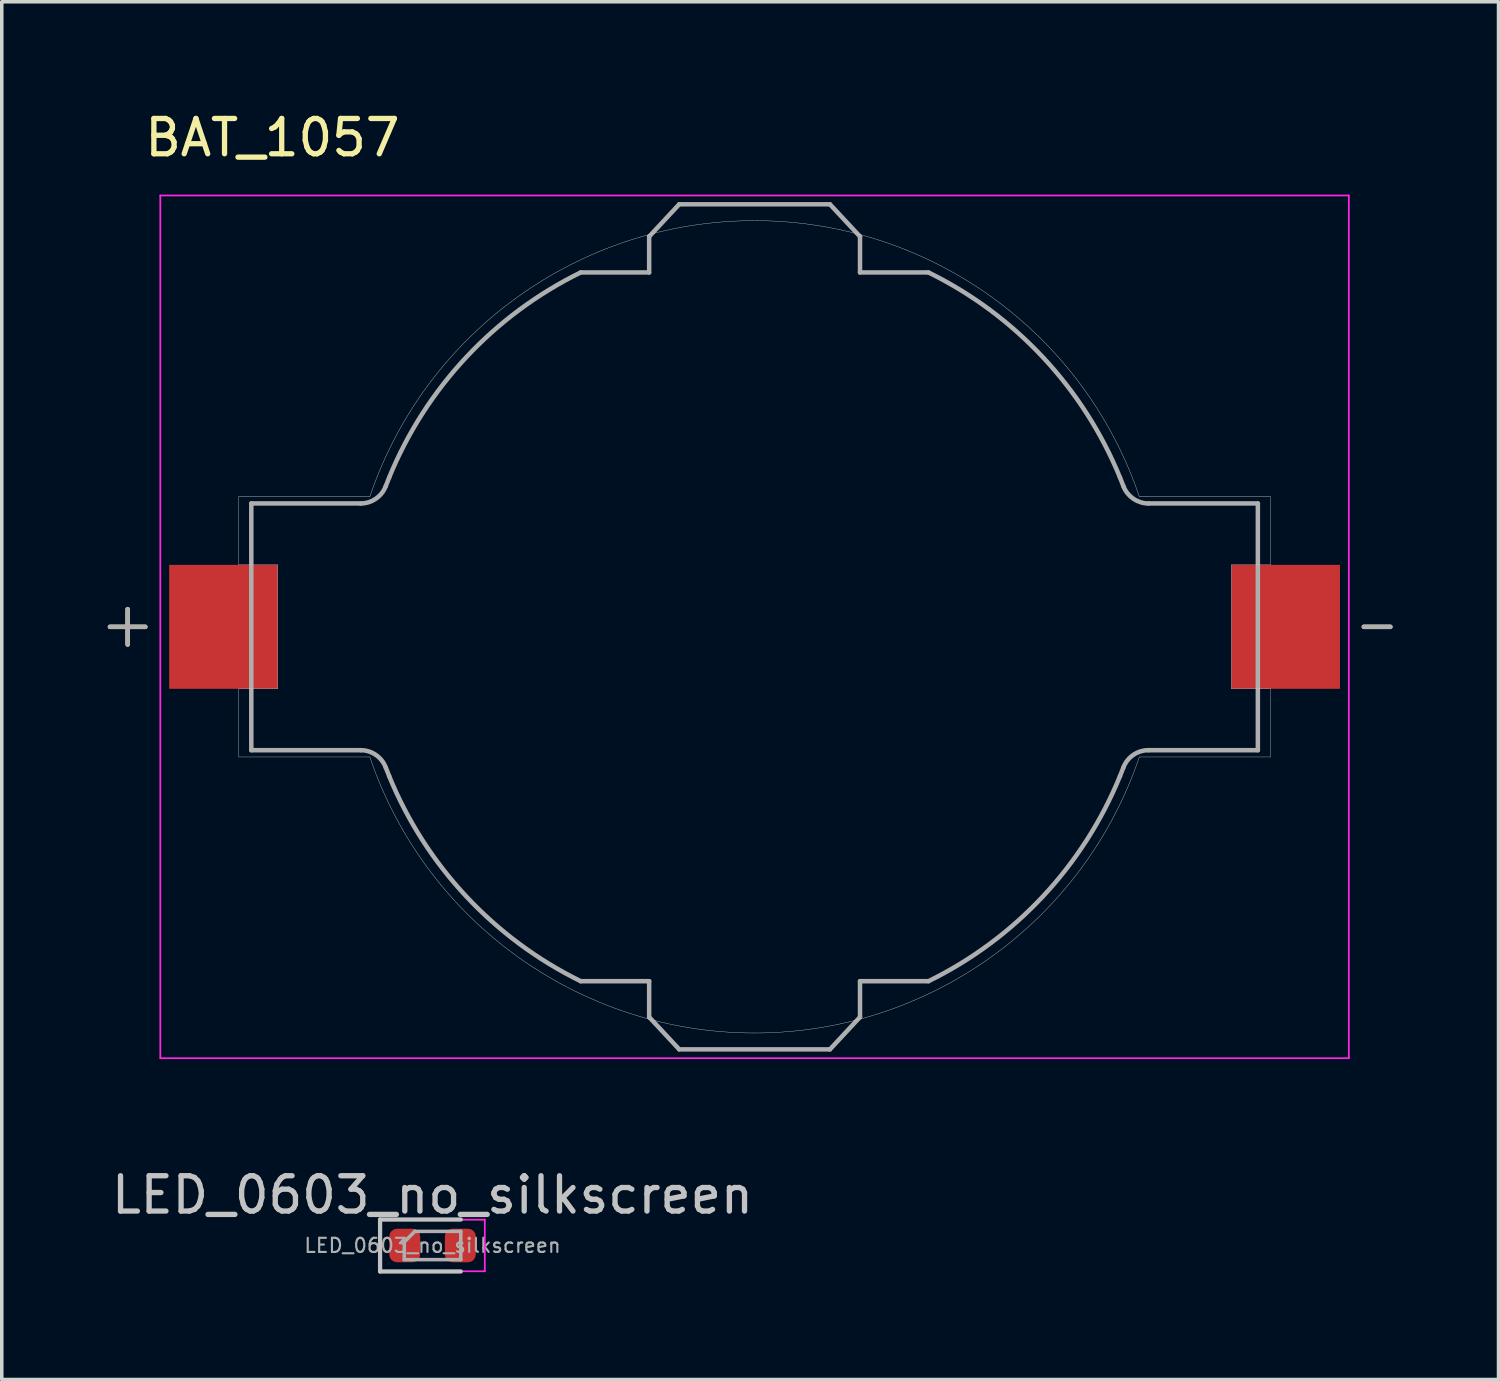
<source format=kicad_pcb>
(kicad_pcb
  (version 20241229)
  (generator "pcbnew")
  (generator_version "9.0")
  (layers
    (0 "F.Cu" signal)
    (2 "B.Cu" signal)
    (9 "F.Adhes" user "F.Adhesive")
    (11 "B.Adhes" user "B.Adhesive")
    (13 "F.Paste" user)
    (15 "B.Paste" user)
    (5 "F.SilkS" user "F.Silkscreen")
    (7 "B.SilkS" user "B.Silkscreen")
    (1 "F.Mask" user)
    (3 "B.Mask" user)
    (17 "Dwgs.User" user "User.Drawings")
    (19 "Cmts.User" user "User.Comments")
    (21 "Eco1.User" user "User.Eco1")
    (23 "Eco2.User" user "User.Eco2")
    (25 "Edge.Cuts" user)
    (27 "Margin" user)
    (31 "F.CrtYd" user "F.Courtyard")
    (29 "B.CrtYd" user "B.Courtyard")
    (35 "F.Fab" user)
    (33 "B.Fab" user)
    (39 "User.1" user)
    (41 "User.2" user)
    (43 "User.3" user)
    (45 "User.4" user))
  (footprint "LED_0603_no_silkscreen"
    (layer "F.Cu")
    (at 9.196 32.213)
    (property "Reference" "LED_0603_no_silkscreen" (at 0 -1.43 0) (layer "Dwgs.User") (effects (font (size 1 1) (thickness 0.15))))
    (attr smd)
    (fp_line (start -1.485 -0.735) (end -1.485 0.735) (stroke (width 0.12) (type solid)) (layer "Dwgs.User"))
    (fp_line (start -1.485 0.735) (end 0.8 0.735) (stroke (width 0.12) (type solid)) (layer "Dwgs.User"))
    (fp_line (start 0.8 -0.735) (end -1.485 -0.735) (stroke (width 0.12) (type solid)) (layer "Dwgs.User"))
    (fp_line (start -1.48 -0.73) (end 1.48 -0.73) (stroke (width 0.05) (type solid)) (layer "F.CrtYd"))
    (fp_line (start -1.48 0.73) (end -1.48 -0.73) (stroke (width 0.05) (type solid)) (layer "F.CrtYd"))
    (fp_line (start 1.48 -0.73) (end 1.48 0.73) (stroke (width 0.05) (type solid)) (layer "F.CrtYd"))
    (fp_line (start 1.48 0.73) (end -1.48 0.73) (stroke (width 0.05) (type solid)) (layer "F.CrtYd"))
    (fp_line (start -0.8 -0.1) (end -0.8 0.4) (stroke (width 0.1) (type solid)) (layer "F.Fab"))
    (fp_line (start -0.8 0.4) (end 0.8 0.4) (stroke (width 0.1) (type solid)) (layer "F.Fab"))
    (fp_line (start -0.5 -0.4) (end -0.8 -0.1) (stroke (width 0.1) (type solid)) (layer "F.Fab"))
    (fp_line (start 0.8 -0.4) (end -0.5 -0.4) (stroke (width 0.1) (type solid)) (layer "F.Fab"))
    (fp_line (start 0.8 0.4) (end 0.8 -0.4) (stroke (width 0.1) (type solid)) (layer "F.Fab"))
    (fp_text user "${REFERENCE}" (at 0 0 0) (layer "F.Fab") (effects (font (size 0.4 0.4) (thickness 0.06))))
    (pad "1" smd roundrect (at -0.787 0) (size 0.875 0.95) (layers "F.Cu" "F.Mask" "F.Paste") (roundrect_rratio 0.25))
    (pad "2" smd roundrect (at 0.787 0) (size 0.875 0.95) (layers "F.Cu" "F.Mask" "F.Paste") (roundrect_rratio 0.25)))
  (footprint "BAT_1057"
    (layer "F.Cu")
    (at 18.314 14.697)
    (property "Reference" "BAT_1057" (at -13.65 -13.848 0) (layer "F.SilkS") (effects (font (size 1 1) (thickness 0.15))))
    (attr smd)
    (fp_line (start -17.75 -0.5) (end -17.75 0.5) (stroke (width 0.127) (type solid)) (layer "F.SilkS"))
    (fp_line (start -17.25 0) (end -18.25 0) (stroke (width 0.127) (type solid)) (layer "F.SilkS"))
    (fp_line (start 17.25 0) (end 18 0) (stroke (width 0.127) (type solid)) (layer "F.SilkS"))
    (fp_line (start -14.605 -3.685) (end -10.894 -3.685) (stroke (width 0.01) (type solid)) (layer "Edge.Cuts"))
    (fp_line (start -14.605 -1.755) (end -14.605 -3.685) (stroke (width 0.01) (type solid)) (layer "Edge.Cuts"))
    (fp_line (start -14.605 1.755) (end -13.5 1.755) (stroke (width 0.01) (type solid)) (layer "Edge.Cuts"))
    (fp_line (start -14.605 3.685) (end -14.605 1.755) (stroke (width 0.01) (type solid)) (layer "Edge.Cuts"))
    (fp_line (start -13.5 -1.755) (end -14.605 -1.755) (stroke (width 0.01) (type solid)) (layer "Edge.Cuts"))
    (fp_line (start -13.5 1.755) (end -13.5 -1.755) (stroke (width 0.01) (type solid)) (layer "Edge.Cuts"))
    (fp_line (start -10.894 3.685) (end -14.605 3.685) (stroke (width 0.01) (type solid)) (layer "Edge.Cuts"))
    (fp_line (start 10.894 -3.685) (end 14.605 -3.685) (stroke (width 0.01) (type solid)) (layer "Edge.Cuts"))
    (fp_line (start 13.5 -1.755) (end 13.5 1.755) (stroke (width 0.01) (type solid)) (layer "Edge.Cuts"))
    (fp_line (start 13.5 1.755) (end 14.605 1.755) (stroke (width 0.01) (type solid)) (layer "Edge.Cuts"))
    (fp_line (start 14.605 -3.685) (end 14.605 -1.755) (stroke (width 0.01) (type solid)) (layer "Edge.Cuts"))
    (fp_line (start 14.605 -1.755) (end 13.5 -1.755) (stroke (width 0.01) (type solid)) (layer "Edge.Cuts"))
    (fp_line (start 14.605 1.755) (end 14.605 3.685) (stroke (width 0.01) (type solid)) (layer "Edge.Cuts"))
    (fp_line (start 14.605 3.685) (end 10.894 3.685) (stroke (width 0.01) (type solid)) (layer "Edge.Cuts"))
    (fp_arc (start -10.8936 -3.685) (mid 0 -11.49988) (end 10.8936 -3.685) (stroke (width 0.01) (type solid)) (layer "Edge.Cuts"))
    (fp_arc (start 10.8936 3.685) (mid 0 11.49988) (end -10.8936 3.685) (stroke (width 0.01) (type solid)) (layer "Edge.Cuts"))
    (fp_line (start -16.825 -12.213) (end -16.825 12.213) (stroke (width 0.05) (type solid)) (layer "F.CrtYd"))
    (fp_line (start -16.825 12.213) (end 16.825 12.213) (stroke (width 0.05) (type solid)) (layer "F.CrtYd"))
    (fp_line (start 16.825 -12.213) (end -16.825 -12.213) (stroke (width 0.05) (type solid)) (layer "F.CrtYd"))
    (fp_line (start 16.825 12.213) (end 16.825 -12.213) (stroke (width 0.05) (type solid)) (layer "F.CrtYd"))
    (fp_line (start -18.25 0) (end -17.25 0) (stroke (width 0.127) (type solid)) (layer "F.Fab"))
    (fp_line (start -17.75 -0.5) (end -17.75 0.5) (stroke (width 0.127) (type solid)) (layer "F.Fab"))
    (fp_line (start -14.249 -3.493) (end -11.154 -3.493) (stroke (width 0.127) (type solid)) (layer "F.Fab"))
    (fp_line (start -14.249 3.493) (end -14.249 -3.493) (stroke (width 0.127) (type solid)) (layer "F.Fab"))
    (fp_line (start -14.249 3.493) (end -11.154 3.493) (stroke (width 0.127) (type solid)) (layer "F.Fab"))
    (fp_line (start -4.924 -10.033) (end -2.985 -10.033) (stroke (width 0.127) (type solid)) (layer "F.Fab"))
    (fp_line (start -2.985 -11.049) (end -2.134 -11.963) (stroke (width 0.127) (type solid)) (layer "F.Fab"))
    (fp_line (start -2.985 -10.033) (end -2.985 -11.049) (stroke (width 0.127) (type solid)) (layer "F.Fab"))
    (fp_line (start -2.985 10.033) (end -4.924 10.033) (stroke (width 0.127) (type solid)) (layer "F.Fab"))
    (fp_line (start -2.985 11.049) (end -2.985 10.033) (stroke (width 0.127) (type solid)) (layer "F.Fab"))
    (fp_line (start -2.134 -11.963) (end 2.134 -11.963) (stroke (width 0.127) (type solid)) (layer "F.Fab"))
    (fp_line (start -2.134 11.963) (end -2.985 11.049) (stroke (width 0.127) (type solid)) (layer "F.Fab"))
    (fp_line (start 2.134 -11.963) (end 2.985 -11.049) (stroke (width 0.127) (type solid)) (layer "F.Fab"))
    (fp_line (start 2.134 11.963) (end -2.134 11.963) (stroke (width 0.127) (type solid)) (layer "F.Fab"))
    (fp_line (start 2.985 -11.049) (end 2.985 -10.033) (stroke (width 0.127) (type solid)) (layer "F.Fab"))
    (fp_line (start 2.985 -10.033) (end 4.924 -10.033) (stroke (width 0.127) (type solid)) (layer "F.Fab"))
    (fp_line (start 2.985 10.033) (end 2.985 11.049) (stroke (width 0.127) (type solid)) (layer "F.Fab"))
    (fp_line (start 2.985 11.049) (end 2.134 11.963) (stroke (width 0.127) (type solid)) (layer "F.Fab"))
    (fp_line (start 4.924 10.033) (end 2.985 10.033) (stroke (width 0.127) (type solid)) (layer "F.Fab"))
    (fp_line (start 11.154 -3.493) (end 14.249 -3.493) (stroke (width 0.127) (type solid)) (layer "F.Fab"))
    (fp_line (start 11.154 3.493) (end 14.249 3.493) (stroke (width 0.127) (type solid)) (layer "F.Fab"))
    (fp_line (start 14.249 3.493) (end 14.249 -3.493) (stroke (width 0.127) (type solid)) (layer "F.Fab"))
    (fp_line (start 17.25 0) (end 18 0) (stroke (width 0.127) (type solid)) (layer "F.Fab"))
    (fp_arc (start -11.1541 3.4925) (mid -10.721864 3.626987) (end -10.4422 3.98294) (stroke (width 0.127) (type solid)) (layer "F.Fab"))
    (fp_arc (start -10.4422 -3.98294) (mid -10.721864 -3.626987) (end -11.1541 -3.4925) (stroke (width 0.127) (type solid)) (layer "F.Fab"))
    (fp_arc (start -10.4422 -3.98294) (mid -10.394279 -4.106308) (end -10.3449 -4.2291) (stroke (width 0.127) (type solid)) (layer "F.Fab"))
    (fp_arc (start -10.3449 -4.2291) (mid -8.167199 -7.628861) (end -4.92361 -10.033) (stroke (width 0.127) (type solid)) (layer "F.Fab"))
    (fp_arc (start -10.3449 4.2291) (mid -10.394279 4.106308) (end -10.4422 3.98294) (stroke (width 0.127) (type solid)) (layer "F.Fab"))
    (fp_arc (start -4.92361 10.033) (mid -8.167199 7.628861) (end -10.3449 4.2291) (stroke (width 0.127) (type solid)) (layer "F.Fab"))
    (fp_arc (start 4.92361 -10.033) (mid 8.167199 -7.628861) (end 10.3449 -4.2291) (stroke (width 0.127) (type solid)) (layer "F.Fab"))
    (fp_arc (start 10.3449 -4.2291) (mid 10.394279 -4.106308) (end 10.4422 -3.98294) (stroke (width 0.127) (type solid)) (layer "F.Fab"))
    (fp_arc (start 10.3449 4.2291) (mid 8.167199 7.628861) (end 4.92361 10.033) (stroke (width 0.127) (type solid)) (layer "F.Fab"))
    (fp_arc (start 10.4422 3.98294) (mid 10.394279 4.106308) (end 10.3449 4.2291) (stroke (width 0.127) (type solid)) (layer "F.Fab"))
    (fp_arc (start 10.4422 3.98294) (mid 10.721864 3.626987) (end 11.1541 3.4925) (stroke (width 0.127) (type solid)) (layer "F.Fab"))
    (fp_arc (start 11.1541 -3.4925) (mid 10.721864 -3.626987) (end 10.4422 -3.98294) (stroke (width 0.127) (type solid)) (layer "F.Fab"))
    (pad "N" smd rect (at 15.037 0) (size 3.075 3.51) (layers "F.Cu" "F.Mask" "F.Paste"))
    (pad "P" smd rect (at -15.037 0) (size 3.075 3.51) (layers "F.Cu" "F.Mask" "F.Paste")))
  (gr_rect
    (start -3 -3)
    (end 39.377 36.008)
    (stroke (width 0.1) (type default))
    (fill no)
    (layer "Edge.Cuts")))
</source>
